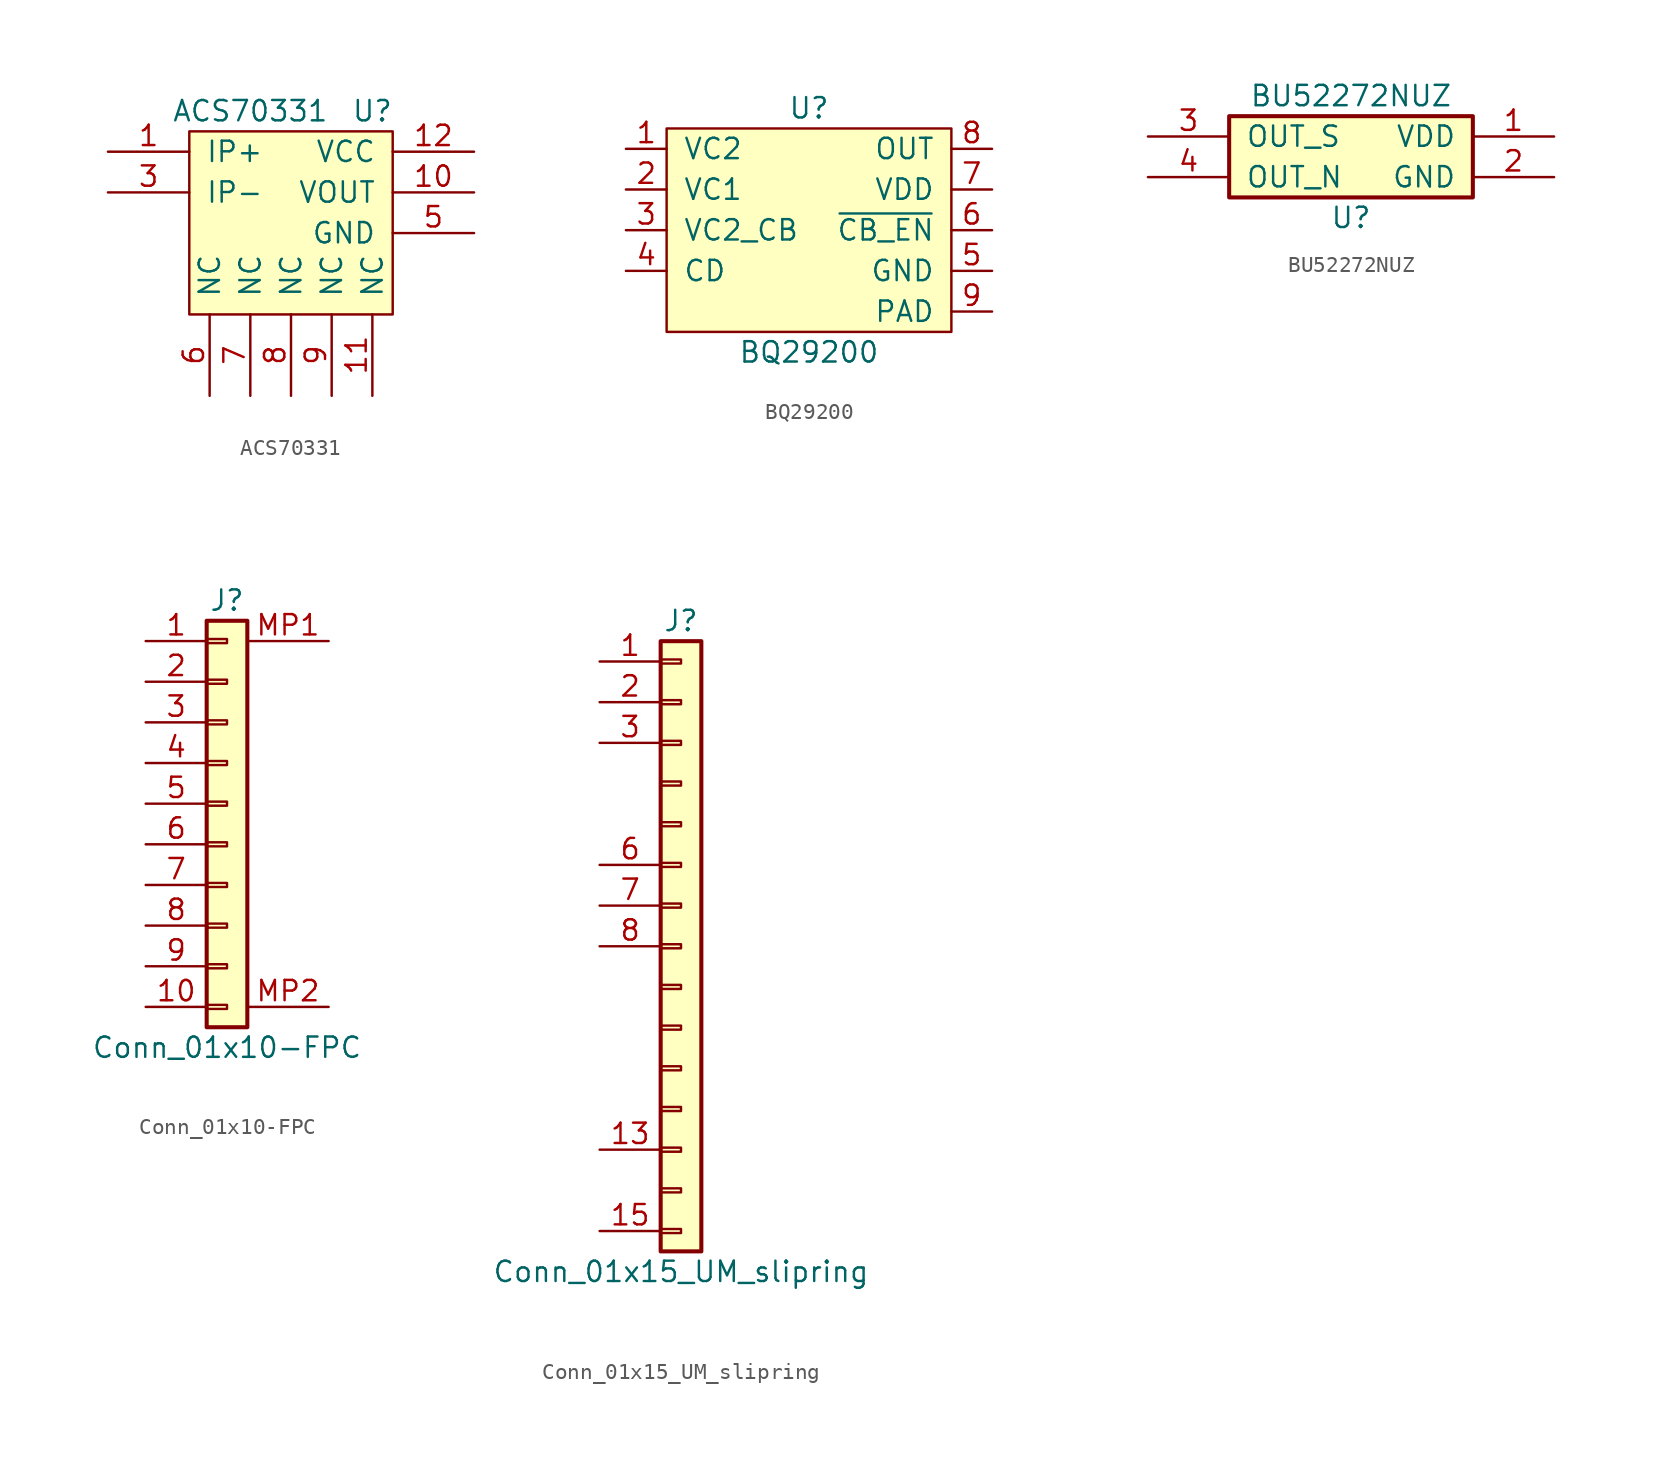
<source format=kicad_sym>
(kicad_symbol_lib
  (version 20211014)
  (generator kicad_symbol_editor)
  (symbol "ACS70331"
    (pin_names
      (offset 1.016))
    (property "Reference" "U"
      (at 5.08 5.08 0)
      (effects (font (size 1.27 1.27))))
    (property "Value" "ACS70331"
      (at -2.54 5.08 0)
      (effects (font (size 1.27 1.27))))
    (symbol "ACS70331_0_1"
      (rectangle (start -6.35 3.81) (end 6.35 -7.62) (stroke (width 0) (type default) (color 0 0 0 0)) (fill (type background))))
    (symbol "ACS70331_1_1"
      (pin passive line (at -11.43 2.54 0) (length 5.08) (name "IP+" (effects (font (size 1.27 1.27)))) (number "1" (effects (font (size 1.27 1.27)))))
      (pin output line (at 11.43 0 180) (length 5.08) (name "VOUT" (effects (font (size 1.27 1.27)))) (number "10" (effects (font (size 1.27 1.27)))))
      (pin power_in line (at 5.08 -12.7 90) (length 5.08) (name "NC" (effects (font (size 1.27 1.27)))) (number "11" (effects (font (size 1.27 1.27)))))
      (pin power_in line (at 11.43 2.54 180) (length 5.08) (name "VCC" (effects (font (size 1.27 1.27)))) (number "12" (effects (font (size 1.27 1.27)))))
      (pin passive line (at -11.43 0 0) (length 5.08) (name "IP-" (effects (font (size 1.27 1.27)))) (number "3" (effects (font (size 1.27 1.27)))))
      (pin power_in line (at 11.43 -2.54 180) (length 5.08) (name "GND" (effects (font (size 1.27 1.27)))) (number "5" (effects (font (size 1.27 1.27)))))
      (pin power_in line (at -5.08 -12.7 90) (length 5.08) (name "NC" (effects (font (size 1.27 1.27)))) (number "6" (effects (font (size 1.27 1.27)))))
      (pin power_in line (at -2.54 -12.7 90) (length 5.08) (name "NC" (effects (font (size 1.27 1.27)))) (number "7" (effects (font (size 1.27 1.27)))))
      (pin power_in line (at 0 -12.7 90) (length 5.08) (name "NC" (effects (font (size 1.27 1.27)))) (number "8" (effects (font (size 1.27 1.27)))))
      (pin power_in line (at 2.54 -12.7 90) (length 5.08) (name "NC" (effects (font (size 1.27 1.27)))) (number "9" (effects (font (size 1.27 1.27)))))))
  (symbol "BQ29200"
    (pin_names
      (offset 1.016))
    (property "Reference" "U"
      (at 0 6.35 0)
      (effects (font (size 1.27 1.27))))
    (property "Value" "BQ29200"
      (at 0 -8.89 0)
      (effects (font (size 1.27 1.27))))
    (symbol "BQ29200_0_1"
      (rectangle (start -8.89 5.08) (end 8.89 -7.62) (stroke (width 0) (type default) (color 0 0 0 0)) (fill (type background))))
    (symbol "BQ29200_1_1"
      (pin input line (at -11.43 3.81 0) (length 2.54) (name "VC2" (effects (font (size 1.27 1.27)))) (number "1" (effects (font (size 1.27 1.27)))))
      (pin input line (at -11.43 1.27 0) (length 2.54) (name "VC1" (effects (font (size 1.27 1.27)))) (number "2" (effects (font (size 1.27 1.27)))))
      (pin input line (at -11.43 -1.27 0) (length 2.54) (name "VC2_CB" (effects (font (size 1.27 1.27)))) (number "3" (effects (font (size 1.27 1.27)))))
      (pin passive line (at -11.43 -3.81 0) (length 2.54) (name "CD" (effects (font (size 1.27 1.27)))) (number "4" (effects (font (size 1.27 1.27)))))
      (pin power_in line (at 11.43 -3.81 180) (length 2.54) (name "GND" (effects (font (size 1.27 1.27)))) (number "5" (effects (font (size 1.27 1.27)))))
      (pin input line (at 11.43 -1.27 180) (length 2.54) (name "~{CB_EN}" (effects (font (size 1.27 1.27)))) (number "6" (effects (font (size 1.27 1.27)))))
      (pin power_in line (at 11.43 1.27 180) (length 2.54) (name "VDD" (effects (font (size 1.27 1.27)))) (number "7" (effects (font (size 1.27 1.27)))))
      (pin output line (at 11.43 3.81 180) (length 2.54) (name "OUT" (effects (font (size 1.27 1.27)))) (number "8" (effects (font (size 1.27 1.27)))))
      (pin power_in line (at 11.43 -6.35 180) (length 2.54) (name "PAD" (effects (font (size 1.27 1.27)))) (number "9" (effects (font (size 1.27 1.27)))))))
  (symbol "BU52272NUZ"
    (pin_names
      (offset 1.016))
    (property "Reference" "U"
      (at 0 -3.81 0)
      (effects (font (size 1.27 1.27))))
    (property "Value" "BU52272NUZ"
      (at 0 3.81 0)
      (effects (font (size 1.27 1.27))))
    (symbol "BU52272NUZ_0_1"
      (rectangle (start -7.62 2.54) (end 7.62 -2.54) (stroke (width 0.254) (type default) (color 0 0 0 0)) (fill (type background))))
    (symbol "BU52272NUZ_1_1"
      (pin power_in line (at 12.7 1.27 180) (length 5.08) (name "VDD" (effects (font (size 1.27 1.27)))) (number "1" (effects (font (size 1.27 1.27)))))
      (pin power_in line (at 12.7 -1.27 180) (length 5.08) (name "GND" (effects (font (size 1.27 1.27)))) (number "2" (effects (font (size 1.27 1.27)))))
      (pin power_in line (at -12.7 1.27 0) (length 5.08) (name "OUT_S" (effects (font (size 1.27 1.27)))) (number "3" (effects (font (size 1.27 1.27)))))
      (pin power_in line (at -12.7 -1.27 0) (length 5.08) (name "OUT_N" (effects (font (size 1.27 1.27)))) (number "4" (effects (font (size 1.27 1.27)))))))
  (symbol "Conn_01x10-FPC"
    (pin_names
      (offset 1.016) hide)
    (property "Reference" "J"
      (at 0 12.7 0)
      (effects (font (size 1.27 1.27))))
    (property "Value" "Conn_01x10-FPC"
      (at 0 -15.24 0)
      (effects (font (size 1.27 1.27))))
    (symbol "Conn_01x10-FPC_1_1"
      (rectangle (start -1.27 -12.573) (end 0 -12.827) (stroke (width 0.152) (type default) (color 0 0 0 0)) (fill (type none)))
      (rectangle (start -1.27 -10.033) (end 0 -10.287) (stroke (width 0.152) (type default) (color 0 0 0 0)) (fill (type none)))
      (rectangle (start -1.27 -7.493) (end 0 -7.747) (stroke (width 0.152) (type default) (color 0 0 0 0)) (fill (type none)))
      (rectangle (start -1.27 -4.953) (end 0 -5.207) (stroke (width 0.152) (type default) (color 0 0 0 0)) (fill (type none)))
      (rectangle (start -1.27 -2.413) (end 0 -2.667) (stroke (width 0.152) (type default) (color 0 0 0 0)) (fill (type none)))
      (rectangle (start -1.27 0.127) (end 0 -0.127) (stroke (width 0.152) (type default) (color 0 0 0 0)) (fill (type none)))
      (rectangle (start -1.27 2.667) (end 0 2.413) (stroke (width 0.152) (type default) (color 0 0 0 0)) (fill (type none)))
      (rectangle (start -1.27 5.207) (end 0 4.953) (stroke (width 0.152) (type default) (color 0 0 0 0)) (fill (type none)))
      (rectangle (start -1.27 7.747) (end 0 7.493) (stroke (width 0.152) (type default) (color 0 0 0 0)) (fill (type none)))
      (rectangle (start -1.27 10.287) (end 0 10.033) (stroke (width 0.152) (type default) (color 0 0 0 0)) (fill (type none)))
      (rectangle (start -1.27 11.43) (end 1.27 -13.97) (stroke (width 0.254) (type default) (color 0 0 0 0)) (fill (type background)))
      (pin passive line (at -5.08 10.16 0) (length 3.81) (name "Pin_1" (effects (font (size 1.27 1.27)))) (number "1" (effects (font (size 1.27 1.27)))))
      (pin passive line (at -5.08 -12.7 0) (length 3.81) (name "Pin_10" (effects (font (size 1.27 1.27)))) (number "10" (effects (font (size 1.27 1.27)))))
      (pin passive line (at -5.08 7.62 0) (length 3.81) (name "Pin_2" (effects (font (size 1.27 1.27)))) (number "2" (effects (font (size 1.27 1.27)))))
      (pin passive line (at -5.08 5.08 0) (length 3.81) (name "Pin_3" (effects (font (size 1.27 1.27)))) (number "3" (effects (font (size 1.27 1.27)))))
      (pin passive line (at -5.08 2.54 0) (length 3.81) (name "Pin_4" (effects (font (size 1.27 1.27)))) (number "4" (effects (font (size 1.27 1.27)))))
      (pin passive line (at -5.08 0 0) (length 3.81) (name "Pin_5" (effects (font (size 1.27 1.27)))) (number "5" (effects (font (size 1.27 1.27)))))
      (pin passive line (at -5.08 -2.54 0) (length 3.81) (name "Pin_6" (effects (font (size 1.27 1.27)))) (number "6" (effects (font (size 1.27 1.27)))))
      (pin passive line (at -5.08 -5.08 0) (length 3.81) (name "Pin_7" (effects (font (size 1.27 1.27)))) (number "7" (effects (font (size 1.27 1.27)))))
      (pin passive line (at -5.08 -7.62 0) (length 3.81) (name "Pin_8" (effects (font (size 1.27 1.27)))) (number "8" (effects (font (size 1.27 1.27)))))
      (pin passive line (at -5.08 -10.16 0) (length 3.81) (name "Pin_9" (effects (font (size 1.27 1.27)))) (number "9" (effects (font (size 1.27 1.27)))))
      (pin passive line (at 6.35 10.16 180) (length 5.08) (name "MP1" (effects (font (size 1.27 1.27)))) (number "MP1" (effects (font (size 1.27 1.27)))))
      (pin passive line (at 6.35 -12.7 180) (length 5.08) (name "MP2" (effects (font (size 1.27 1.27)))) (number "MP2" (effects (font (size 1.27 1.27)))))))
  (symbol "Conn_01x15_UM_slipring"
    (pin_names
      (offset 1.016) hide)
    (property "Reference" "J"
      (at 0 20.32 0)
      (effects (font (size 1.27 1.27))))
    (property "Value" "Conn_01x15_UM_slipring"
      (at 0 -20.32 0)
      (effects (font (size 1.27 1.27))))
    (symbol "Conn_01x15_UM_slipring_1_1"
      (rectangle (start -1.27 -17.653) (end 0 -17.907) (stroke (width 0.152) (type default) (color 0 0 0 0)) (fill (type none)))
      (rectangle (start -1.27 -15.113) (end 0 -15.367) (stroke (width 0.152) (type default) (color 0 0 0 0)) (fill (type none)))
      (rectangle (start -1.27 -12.573) (end 0 -12.827) (stroke (width 0.152) (type default) (color 0 0 0 0)) (fill (type none)))
      (rectangle (start -1.27 -10.033) (end 0 -10.287) (stroke (width 0.152) (type default) (color 0 0 0 0)) (fill (type none)))
      (rectangle (start -1.27 -7.493) (end 0 -7.747) (stroke (width 0.152) (type default) (color 0 0 0 0)) (fill (type none)))
      (rectangle (start -1.27 -4.953) (end 0 -5.207) (stroke (width 0.152) (type default) (color 0 0 0 0)) (fill (type none)))
      (rectangle (start -1.27 -2.413) (end 0 -2.667) (stroke (width 0.152) (type default) (color 0 0 0 0)) (fill (type none)))
      (rectangle (start -1.27 0.127) (end 0 -0.127) (stroke (width 0.152) (type default) (color 0 0 0 0)) (fill (type none)))
      (rectangle (start -1.27 2.667) (end 0 2.413) (stroke (width 0.152) (type default) (color 0 0 0 0)) (fill (type none)))
      (rectangle (start -1.27 5.207) (end 0 4.953) (stroke (width 0.152) (type default) (color 0 0 0 0)) (fill (type none)))
      (rectangle (start -1.27 7.747) (end 0 7.493) (stroke (width 0.152) (type default) (color 0 0 0 0)) (fill (type none)))
      (rectangle (start -1.27 10.287) (end 0 10.033) (stroke (width 0.152) (type default) (color 0 0 0 0)) (fill (type none)))
      (rectangle (start -1.27 12.827) (end 0 12.573) (stroke (width 0.152) (type default) (color 0 0 0 0)) (fill (type none)))
      (rectangle (start -1.27 15.367) (end 0 15.113) (stroke (width 0.152) (type default) (color 0 0 0 0)) (fill (type none)))
      (rectangle (start -1.27 17.907) (end 0 17.653) (stroke (width 0.152) (type default) (color 0 0 0 0)) (fill (type none)))
      (rectangle (start -1.27 19.05) (end 1.27 -19.05) (stroke (width 0.254) (type default) (color 0 0 0 0)) (fill (type background)))
      (pin passive line (at -5.08 17.78 0) (length 3.81) (name "Pin_1" (effects (font (size 1.27 1.27)))) (number "1" (effects (font (size 1.27 1.27)))))
      (pin passive line (at -5.08 -12.7 0) (length 3.81) (name "Pin_13" (effects (font (size 1.27 1.27)))) (number "13" (effects (font (size 1.27 1.27)))))
      (pin passive line (at -5.08 -17.78 0) (length 3.81) (name "Pin_15" (effects (font (size 1.27 1.27)))) (number "15" (effects (font (size 1.27 1.27)))))
      (pin passive line (at -5.08 15.24 0) (length 3.81) (name "Pin_2" (effects (font (size 1.27 1.27)))) (number "2" (effects (font (size 1.27 1.27)))))
      (pin passive line (at -5.08 12.7 0) (length 3.81) (name "Pin_3" (effects (font (size 1.27 1.27)))) (number "3" (effects (font (size 1.27 1.27)))))
      (pin passive line (at -5.08 5.08 0) (length 3.81) (name "Pin_6" (effects (font (size 1.27 1.27)))) (number "6" (effects (font (size 1.27 1.27)))))
      (pin passive line (at -5.08 2.54 0) (length 3.81) (name "Pin_7" (effects (font (size 1.27 1.27)))) (number "7" (effects (font (size 1.27 1.27)))))
      (pin passive line (at -5.08 0 0) (length 3.81) (name "Pin_8" (effects (font (size 1.27 1.27)))) (number "8" (effects (font (size 1.27 1.27))))))))
</source>
